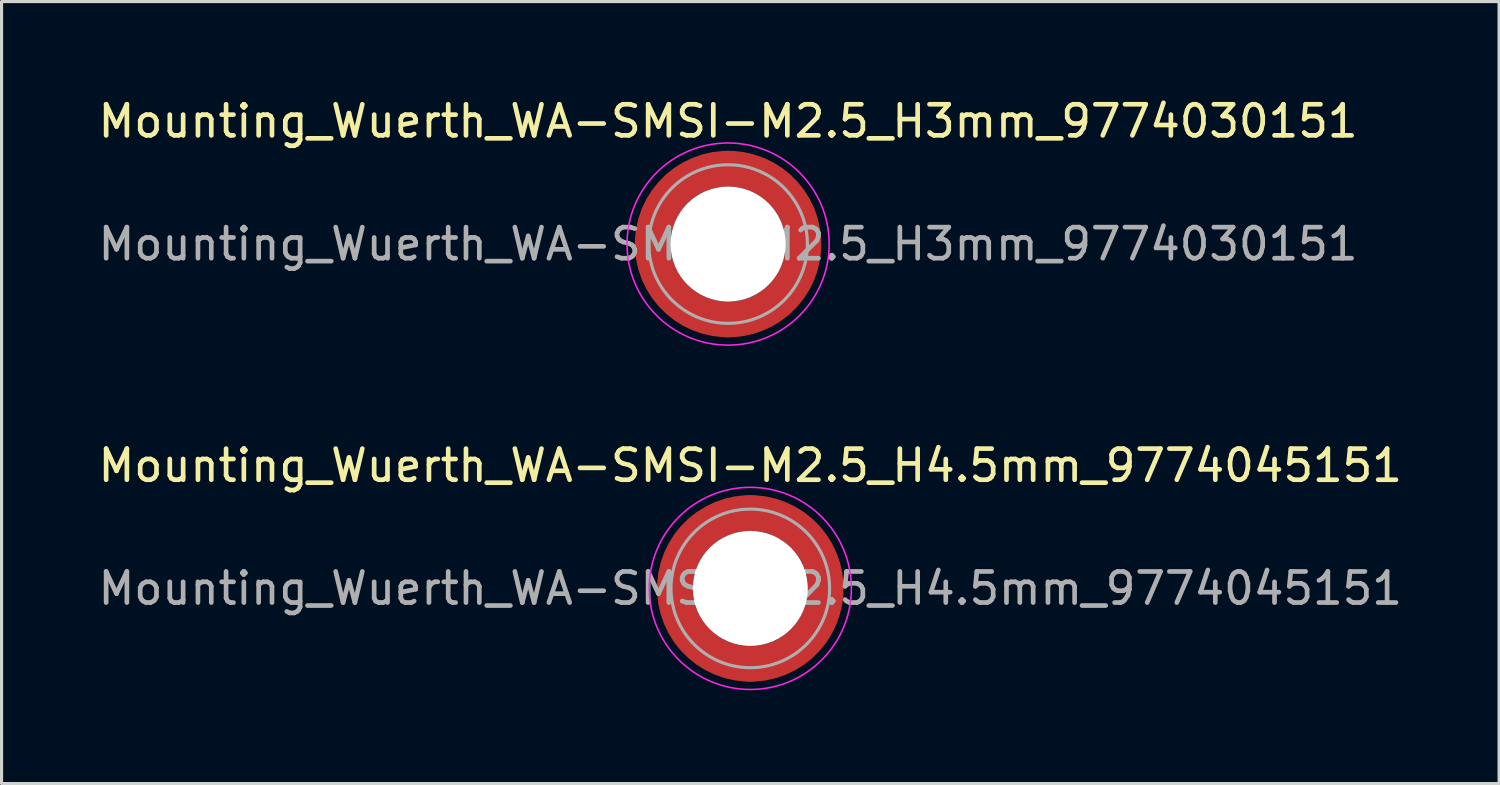
<source format=kicad_pcb>
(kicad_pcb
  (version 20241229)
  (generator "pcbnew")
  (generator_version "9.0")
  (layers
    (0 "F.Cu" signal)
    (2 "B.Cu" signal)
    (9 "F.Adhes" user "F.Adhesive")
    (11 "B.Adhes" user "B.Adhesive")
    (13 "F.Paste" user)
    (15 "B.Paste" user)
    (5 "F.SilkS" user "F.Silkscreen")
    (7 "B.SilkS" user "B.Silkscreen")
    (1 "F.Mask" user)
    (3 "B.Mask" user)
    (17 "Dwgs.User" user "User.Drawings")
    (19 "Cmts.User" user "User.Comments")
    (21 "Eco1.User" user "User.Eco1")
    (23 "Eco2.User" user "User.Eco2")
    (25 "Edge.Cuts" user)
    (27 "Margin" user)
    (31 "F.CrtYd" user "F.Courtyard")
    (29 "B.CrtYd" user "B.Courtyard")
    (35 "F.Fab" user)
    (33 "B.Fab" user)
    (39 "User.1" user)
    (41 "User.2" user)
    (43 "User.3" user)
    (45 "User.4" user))
  (footprint "Mounting_Wuerth_WA-SMSI-M2.5_H3mm_9774030151"
    (layer "F.Cu")
    (at 20.363 4.798)
    (property "Reference" "Mounting_Wuerth_WA-SMSI-M2.5_H3mm_9774030151" (at 0 -3.95 0) (layer "F.SilkS") (effects (font (size 1 1) (thickness 0.15))))
    (attr smd)
    (fp_circle (center 0 0) (end 3.25 0) (stroke (width 0.05) (type solid)) (fill no) (layer "F.CrtYd"))
    (fp_circle (center 0 0) (end 2.55 0) (stroke (width 0.1) (type solid)) (fill no) (layer "F.Fab"))
    (fp_text user "${REFERENCE}" (at 0 0 0) (layer "F.Fab") (effects (font (size 1 1) (thickness 0.15))))
    (pad "" smd custom (at -1.704 -1.704) (size 0.51 0.51) (layers "F.Paste") (options (anchor circle)) (primitives (gr_arc (start -0.250195 1.279127) (mid 0.289914 0.289914) (end 1.279127 -0.250195) (width 0.2)) (gr_arc (start -0.34334 1.279127) (mid 0.225488 0.225488) (end 1.279127 -0.34334) (width 0.2)) (gr_arc (start -0.436309 1.279127) (mid 0.161063 0.161063) (end 1.279127 -0.436309) (width 0.2)) (gr_arc (start -0.529126 1.279127) (mid 0.096638 0.096638) (end 1.279127 -0.529126) (width 0.2)) (gr_arc (start -0.621807 1.279127) (mid 0.032213 0.032213) (end 1.279127 -0.621807) (width 0.2)) (gr_arc (start -0.71437 1.279127) (mid -0.032213 -0.032213) (end 1.279127 -0.71437) (width 0.2)) (gr_arc (start -0.806826 1.279127) (mid -0.096638 -0.096638) (end 1.279127 -0.806826) (width 0.2)) (gr_arc (start -0.899187 1.279127) (mid -0.161063 -0.161063) (end 1.279127 -0.899187) (width 0.2)) (gr_arc (start -0.991463 1.279127) (mid -0.225488 -0.225488) (end 1.279127 -0.991463) (width 0.2)) (gr_arc (start -1.083663 1.279127) (mid -0.289914 -0.289914) (end 1.279127 -1.083663) (width 0.2)) (gr_line (start 1.279 -0.25) (end 1.279 -1.084) (width 0.2)) (gr_line (start -0.25 1.279) (end -1.084 1.279) (width 0.2))))
    (pad "" smd custom (at -1.704 1.704) (size 0.51 0.51) (layers "F.Paste") (options (anchor circle)) (primitives (gr_arc (start 1.279127 0.250195) (mid 0.289914 -0.289914) (end -0.250195 -1.279127) (width 0.2)) (gr_arc (start 1.279127 0.34334) (mid 0.225488 -0.225488) (end -0.34334 -1.279127) (width 0.2)) (gr_arc (start 1.279127 0.436309) (mid 0.161063 -0.161063) (end -0.436309 -1.279127) (width 0.2)) (gr_arc (start 1.279127 0.529126) (mid 0.096638 -0.096638) (end -0.529126 -1.279127) (width 0.2)) (gr_arc (start 1.279127 0.621807) (mid 0.032213 -0.032213) (end -0.621807 -1.279127) (width 0.2)) (gr_arc (start 1.279127 0.71437) (mid -0.032213 0.032213) (end -0.71437 -1.279127) (width 0.2)) (gr_arc (start 1.279127 0.806826) (mid -0.096638 0.096638) (end -0.806826 -1.279127) (width 0.2)) (gr_arc (start 1.279127 0.899187) (mid -0.161063 0.161063) (end -0.899187 -1.279127) (width 0.2)) (gr_arc (start 1.279127 0.991463) (mid -0.225488 0.225488) (end -0.991463 -1.279127) (width 0.2)) (gr_arc (start 1.279127 1.083663) (mid -0.289914 0.289914) (end -1.083663 -1.279127) (width 0.2)) (gr_line (start -0.25 -1.279) (end -1.084 -1.279) (width 0.2)) (gr_line (start 1.279 0.25) (end 1.279 1.084) (width 0.2))))
    (pad "" np_thru_hole circle (at 0 0) (size 3.7 3.7) (drill 3.7) (layers "*.Cu" "*.Mask"))
    (pad "" smd custom (at 1.704 -1.704) (size 0.51 0.51) (layers "F.Paste") (options (anchor circle)) (primitives (gr_arc (start -1.279127 -0.250195) (mid -0.289914 0.289914) (end 0.250195 1.279127) (width 0.2)) (gr_arc (start -1.279127 -0.34334) (mid -0.225488 0.225488) (end 0.34334 1.279127) (width 0.2)) (gr_arc (start -1.279127 -0.436309) (mid -0.161063 0.161063) (end 0.436309 1.279127) (width 0.2)) (gr_arc (start -1.279127 -0.529126) (mid -0.096638 0.096638) (end 0.529126 1.279127) (width 0.2)) (gr_arc (start -1.279127 -0.621807) (mid -0.032213 0.032213) (end 0.621807 1.279127) (width 0.2)) (gr_arc (start -1.279127 -0.71437) (mid 0.032213 -0.032213) (end 0.71437 1.279127) (width 0.2)) (gr_arc (start -1.279127 -0.806826) (mid 0.096638 -0.096638) (end 0.806826 1.279127) (width 0.2)) (gr_arc (start -1.279127 -0.899187) (mid 0.161063 -0.161063) (end 0.899187 1.279127) (width 0.2)) (gr_arc (start -1.279127 -0.991463) (mid 0.225488 -0.225488) (end 0.991463 1.279127) (width 0.2)) (gr_arc (start -1.279127 -1.083663) (mid 0.289914 -0.289914) (end 1.083663 1.279127) (width 0.2)) (gr_line (start 0.25 1.279) (end 1.084 1.279) (width 0.2)) (gr_line (start -1.279 -0.25) (end -1.279 -1.084) (width 0.2))))
    (pad "" smd custom (at 1.704 1.704) (size 0.51 0.51) (layers "F.Paste") (options (anchor circle)) (primitives (gr_arc (start 0.250195 -1.279127) (mid -0.289914 -0.289914) (end -1.279127 0.250195) (width 0.2)) (gr_arc (start 0.34334 -1.279127) (mid -0.225488 -0.225488) (end -1.279127 0.34334) (width 0.2)) (gr_arc (start 0.436309 -1.279127) (mid -0.161063 -0.161063) (end -1.279127 0.436309) (width 0.2)) (gr_arc (start 0.529126 -1.279127) (mid -0.096638 -0.096638) (end -1.279127 0.529126) (width 0.2)) (gr_arc (start 0.621807 -1.279127) (mid -0.032213 -0.032213) (end -1.279127 0.621807) (width 0.2)) (gr_arc (start 0.71437 -1.279127) (mid 0.032213 0.032213) (end -1.279127 0.71437) (width 0.2)) (gr_arc (start 0.806826 -1.279127) (mid 0.096638 0.096638) (end -1.279127 0.806826) (width 0.2)) (gr_arc (start 0.899187 -1.279127) (mid 0.161063 0.161063) (end -1.279127 0.899187) (width 0.2)) (gr_arc (start 0.991463 -1.279127) (mid 0.225488 0.225488) (end -1.279127 0.991463) (width 0.2)) (gr_arc (start 1.083663 -1.279127) (mid 0.289914 0.289914) (end -1.279127 1.083663) (width 0.2)) (gr_line (start -1.279 0.25) (end -1.279 1.084) (width 0.2)) (gr_line (start 0.25 -1.279) (end 1.084 -1.279) (width 0.2))))
    (pad "1" smd circle (at -2.425 0) (size 1.15 1.15) (layers "F.Cu"))
    (pad "1" smd circle (at 0 -2.425) (size 1.15 1.15) (layers "F.Cu"))
    (pad "1" smd circle (at 0 2.425) (size 1.15 1.15) (layers "F.Cu"))
    (pad "1" smd custom (at 2.425 0) (size 1.15 1.15) (layers "F.Cu" "F.Mask") (options (anchor circle)) (primitives (gr_circle (center -2.425 0) (end 0 0) (width 1.15) (fill no)))))
  (footprint "Mounting_Wuerth_WA-SMSI-M2.5_H4.5mm_9774045151"
    (layer "F.Cu")
    (at 21.077 15.871)
    (property "Reference" "Mounting_Wuerth_WA-SMSI-M2.5_H4.5mm_9774045151" (at 0 -3.95 0) (layer "F.SilkS") (effects (font (size 1 1) (thickness 0.15))))
    (attr smd)
    (fp_circle (center 0 0) (end 3.25 0) (stroke (width 0.05) (type solid)) (fill no) (layer "F.CrtYd"))
    (fp_circle (center 0 0) (end 2.55 0) (stroke (width 0.1) (type solid)) (fill no) (layer "F.Fab"))
    (fp_text user "${REFERENCE}" (at 0 0 0) (layer "F.Fab") (effects (font (size 1 1) (thickness 0.15))))
    (pad "" smd custom (at -1.704 -1.704) (size 0.51 0.51) (layers "F.Paste") (options (anchor circle)) (primitives (gr_arc (start -0.250195 1.279127) (mid 0.289914 0.289914) (end 1.279127 -0.250195) (width 0.2)) (gr_arc (start -0.34334 1.279127) (mid 0.225488 0.225488) (end 1.279127 -0.34334) (width 0.2)) (gr_arc (start -0.436309 1.279127) (mid 0.161063 0.161063) (end 1.279127 -0.436309) (width 0.2)) (gr_arc (start -0.529126 1.279127) (mid 0.096638 0.096638) (end 1.279127 -0.529126) (width 0.2)) (gr_arc (start -0.621807 1.279127) (mid 0.032213 0.032213) (end 1.279127 -0.621807) (width 0.2)) (gr_arc (start -0.71437 1.279127) (mid -0.032213 -0.032213) (end 1.279127 -0.71437) (width 0.2)) (gr_arc (start -0.806826 1.279127) (mid -0.096638 -0.096638) (end 1.279127 -0.806826) (width 0.2)) (gr_arc (start -0.899187 1.279127) (mid -0.161063 -0.161063) (end 1.279127 -0.899187) (width 0.2)) (gr_arc (start -0.991463 1.279127) (mid -0.225488 -0.225488) (end 1.279127 -0.991463) (width 0.2)) (gr_arc (start -1.083663 1.279127) (mid -0.289914 -0.289914) (end 1.279127 -1.083663) (width 0.2)) (gr_line (start 1.279 -0.25) (end 1.279 -1.084) (width 0.2)) (gr_line (start -0.25 1.279) (end -1.084 1.279) (width 0.2))))
    (pad "" smd custom (at -1.704 1.704) (size 0.51 0.51) (layers "F.Paste") (options (anchor circle)) (primitives (gr_arc (start 1.279127 0.250195) (mid 0.289914 -0.289914) (end -0.250195 -1.279127) (width 0.2)) (gr_arc (start 1.279127 0.34334) (mid 0.225488 -0.225488) (end -0.34334 -1.279127) (width 0.2)) (gr_arc (start 1.279127 0.436309) (mid 0.161063 -0.161063) (end -0.436309 -1.279127) (width 0.2)) (gr_arc (start 1.279127 0.529126) (mid 0.096638 -0.096638) (end -0.529126 -1.279127) (width 0.2)) (gr_arc (start 1.279127 0.621807) (mid 0.032213 -0.032213) (end -0.621807 -1.279127) (width 0.2)) (gr_arc (start 1.279127 0.71437) (mid -0.032213 0.032213) (end -0.71437 -1.279127) (width 0.2)) (gr_arc (start 1.279127 0.806826) (mid -0.096638 0.096638) (end -0.806826 -1.279127) (width 0.2)) (gr_arc (start 1.279127 0.899187) (mid -0.161063 0.161063) (end -0.899187 -1.279127) (width 0.2)) (gr_arc (start 1.279127 0.991463) (mid -0.225488 0.225488) (end -0.991463 -1.279127) (width 0.2)) (gr_arc (start 1.279127 1.083663) (mid -0.289914 0.289914) (end -1.083663 -1.279127) (width 0.2)) (gr_line (start -0.25 -1.279) (end -1.084 -1.279) (width 0.2)) (gr_line (start 1.279 0.25) (end 1.279 1.084) (width 0.2))))
    (pad "" np_thru_hole circle (at 0 0) (size 3.7 3.7) (drill 3.7) (layers "*.Cu" "*.Mask"))
    (pad "" smd custom (at 1.704 -1.704) (size 0.51 0.51) (layers "F.Paste") (options (anchor circle)) (primitives (gr_arc (start -1.279127 -0.250195) (mid -0.289914 0.289914) (end 0.250195 1.279127) (width 0.2)) (gr_arc (start -1.279127 -0.34334) (mid -0.225488 0.225488) (end 0.34334 1.279127) (width 0.2)) (gr_arc (start -1.279127 -0.436309) (mid -0.161063 0.161063) (end 0.436309 1.279127) (width 0.2)) (gr_arc (start -1.279127 -0.529126) (mid -0.096638 0.096638) (end 0.529126 1.279127) (width 0.2)) (gr_arc (start -1.279127 -0.621807) (mid -0.032213 0.032213) (end 0.621807 1.279127) (width 0.2)) (gr_arc (start -1.279127 -0.71437) (mid 0.032213 -0.032213) (end 0.71437 1.279127) (width 0.2)) (gr_arc (start -1.279127 -0.806826) (mid 0.096638 -0.096638) (end 0.806826 1.279127) (width 0.2)) (gr_arc (start -1.279127 -0.899187) (mid 0.161063 -0.161063) (end 0.899187 1.279127) (width 0.2)) (gr_arc (start -1.279127 -0.991463) (mid 0.225488 -0.225488) (end 0.991463 1.279127) (width 0.2)) (gr_arc (start -1.279127 -1.083663) (mid 0.289914 -0.289914) (end 1.083663 1.279127) (width 0.2)) (gr_line (start 0.25 1.279) (end 1.084 1.279) (width 0.2)) (gr_line (start -1.279 -0.25) (end -1.279 -1.084) (width 0.2))))
    (pad "" smd custom (at 1.704 1.704) (size 0.51 0.51) (layers "F.Paste") (options (anchor circle)) (primitives (gr_arc (start 0.250195 -1.279127) (mid -0.289914 -0.289914) (end -1.279127 0.250195) (width 0.2)) (gr_arc (start 0.34334 -1.279127) (mid -0.225488 -0.225488) (end -1.279127 0.34334) (width 0.2)) (gr_arc (start 0.436309 -1.279127) (mid -0.161063 -0.161063) (end -1.279127 0.436309) (width 0.2)) (gr_arc (start 0.529126 -1.279127) (mid -0.096638 -0.096638) (end -1.279127 0.529126) (width 0.2)) (gr_arc (start 0.621807 -1.279127) (mid -0.032213 -0.032213) (end -1.279127 0.621807) (width 0.2)) (gr_arc (start 0.71437 -1.279127) (mid 0.032213 0.032213) (end -1.279127 0.71437) (width 0.2)) (gr_arc (start 0.806826 -1.279127) (mid 0.096638 0.096638) (end -1.279127 0.806826) (width 0.2)) (gr_arc (start 0.899187 -1.279127) (mid 0.161063 0.161063) (end -1.279127 0.899187) (width 0.2)) (gr_arc (start 0.991463 -1.279127) (mid 0.225488 0.225488) (end -1.279127 0.991463) (width 0.2)) (gr_arc (start 1.083663 -1.279127) (mid 0.289914 0.289914) (end -1.279127 1.083663) (width 0.2)) (gr_line (start -1.279 0.25) (end -1.279 1.084) (width 0.2)) (gr_line (start 0.25 -1.279) (end 1.084 -1.279) (width 0.2))))
    (pad "1" smd circle (at -2.425 0) (size 1.15 1.15) (layers "F.Cu"))
    (pad "1" smd circle (at 0 -2.425) (size 1.15 1.15) (layers "F.Cu"))
    (pad "1" smd circle (at 0 2.425) (size 1.15 1.15) (layers "F.Cu"))
    (pad "1" smd custom (at 2.425 0) (size 1.15 1.15) (layers "F.Cu" "F.Mask") (options (anchor circle)) (primitives (gr_circle (center -2.425 0) (end 0 0) (width 1.15) (fill no)))))
  (gr_rect
    (start -3 -3)
    (end 45.155 22.146)
    (stroke (width 0.1) (type default))
    (fill no)
    (layer "Edge.Cuts")))
</source>
